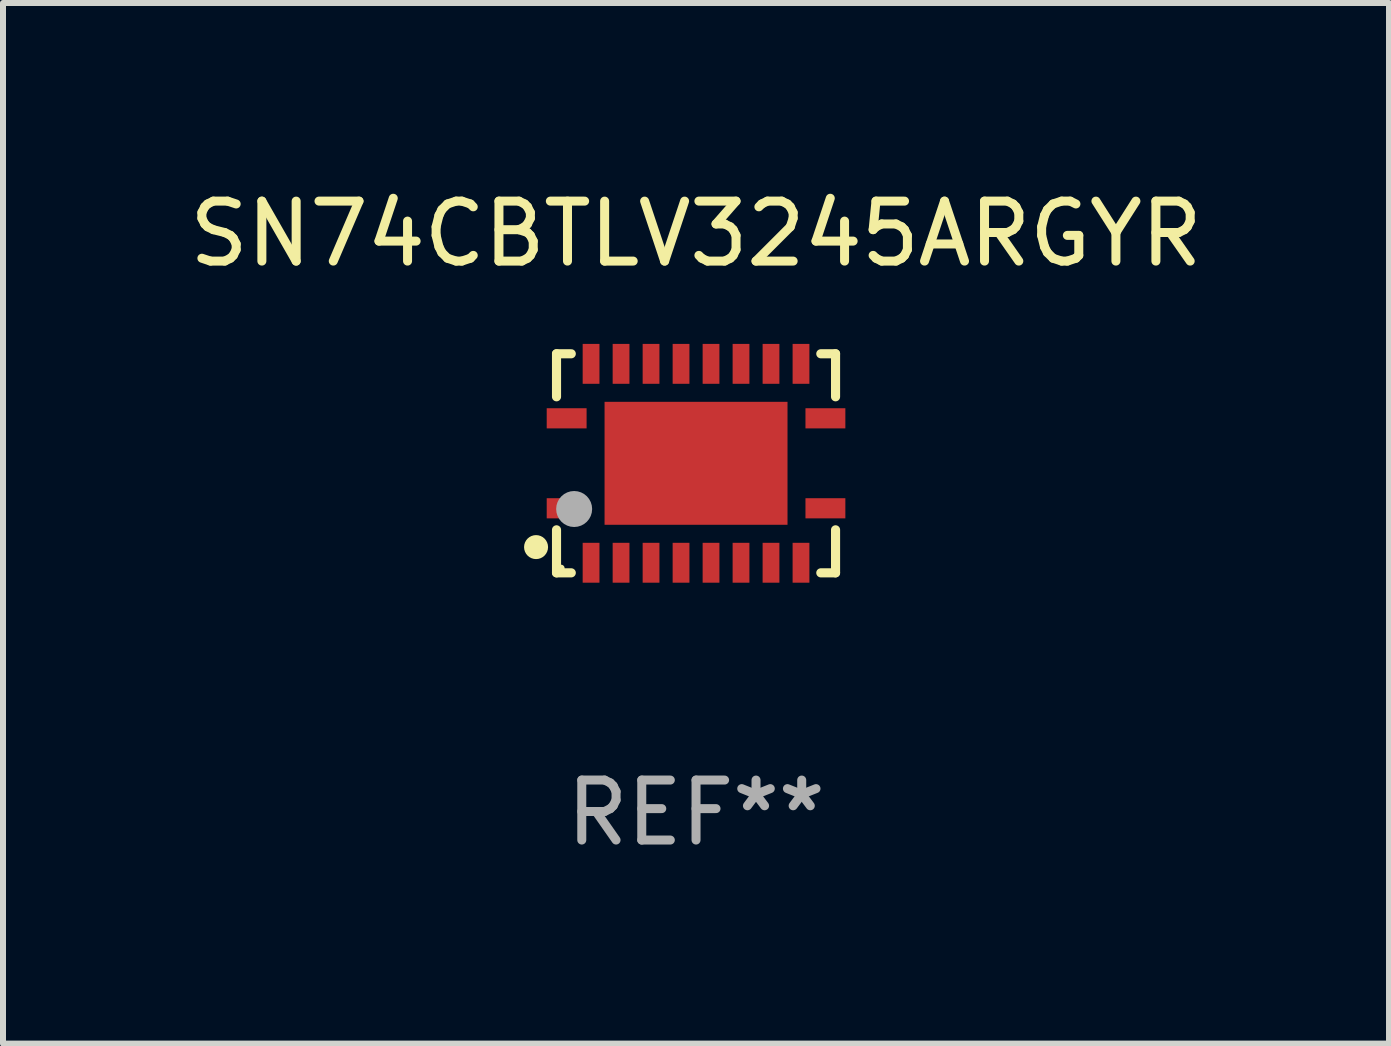
<source format=kicad_pcb>
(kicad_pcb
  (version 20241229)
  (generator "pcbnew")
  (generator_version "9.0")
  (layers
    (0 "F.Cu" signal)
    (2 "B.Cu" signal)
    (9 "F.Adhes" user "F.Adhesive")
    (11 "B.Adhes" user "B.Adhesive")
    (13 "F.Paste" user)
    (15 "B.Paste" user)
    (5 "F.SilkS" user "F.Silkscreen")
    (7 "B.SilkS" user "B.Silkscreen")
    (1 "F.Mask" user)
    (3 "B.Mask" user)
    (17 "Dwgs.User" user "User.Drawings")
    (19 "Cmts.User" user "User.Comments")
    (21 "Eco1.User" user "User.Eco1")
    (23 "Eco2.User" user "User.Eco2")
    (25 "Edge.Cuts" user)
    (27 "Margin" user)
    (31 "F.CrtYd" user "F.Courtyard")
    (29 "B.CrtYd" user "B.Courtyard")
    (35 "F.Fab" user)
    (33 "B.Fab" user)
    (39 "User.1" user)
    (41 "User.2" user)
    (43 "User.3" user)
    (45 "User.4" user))
  (footprint "SN74CBTLV3245ARGYR"
    (layer "F.Cu")
    (at 8.554 4.674)
    (property "Reference" "SN74CBTLV3245ARGYR" (at 0 -3.826 0) (layer "F.SilkS") (effects (font (size 1 1) (thickness 0.15))))
    (attr through_hole)
    (fp_line (start -2.326 -1.826) (end -2.08 -1.826) (stroke (width 0.152) (type solid)) (layer "F.SilkS"))
    (fp_line (start -2.326 -1.109) (end -2.326 -1.826) (stroke (width 0.152) (type solid)) (layer "F.SilkS"))
    (fp_line (start -2.326 1.109) (end -2.326 1.826) (stroke (width 0.152) (type solid)) (layer "F.SilkS"))
    (fp_line (start -2.326 1.826) (end -2.08 1.826) (stroke (width 0.152) (type solid)) (layer "F.SilkS"))
    (fp_line (start 2.326 -1.826) (end 2.08 -1.826) (stroke (width 0.152) (type solid)) (layer "F.SilkS"))
    (fp_line (start 2.326 -1.109) (end 2.326 -1.826) (stroke (width 0.152) (type solid)) (layer "F.SilkS"))
    (fp_line (start 2.326 1.109) (end 2.326 1.826) (stroke (width 0.152) (type solid)) (layer "F.SilkS"))
    (fp_line (start 2.326 1.826) (end 2.08 1.826) (stroke (width 0.152) (type solid)) (layer "F.SilkS"))
    (fp_circle (center -2.667 1.397) (end -2.567 1.397) (stroke (width 0.2) (type solid)) (fill no) (layer "F.SilkS"))
    (fp_circle (center -2.25 1.75) (end -2.22 1.75) (stroke (width 0.06) (type solid)) (fill no) (layer "F.SilkS"))
    (fp_circle (center -2.032 0.762) (end -1.882 0.762) (stroke (width 0.3) (type solid)) (fill no) (layer "F.Fab"))
    (fp_text user "REF**" (at 0 5.826 0) (layer "F.Fab") (effects (font (size 1 1) (thickness 0.15))))
    (pad "1" smd rect (at -2.157 0.75) (size 0.665 0.336) (layers "F.Cu" "F.Mask" "F.Paste"))
    (pad "2" smd rect (at -1.75 1.658) (size 0.28 0.665) (layers "F.Cu" "F.Mask" "F.Paste"))
    (pad "3" smd rect (at -1.25 1.658) (size 0.28 0.665) (layers "F.Cu" "F.Mask" "F.Paste"))
    (pad "4" smd rect (at -0.75 1.658) (size 0.28 0.665) (layers "F.Cu" "F.Mask" "F.Paste"))
    (pad "5" smd rect (at -0.25 1.658) (size 0.28 0.665) (layers "F.Cu" "F.Mask" "F.Paste"))
    (pad "6" smd rect (at 0.25 1.658) (size 0.28 0.665) (layers "F.Cu" "F.Mask" "F.Paste"))
    (pad "7" smd rect (at 0.75 1.658) (size 0.28 0.665) (layers "F.Cu" "F.Mask" "F.Paste"))
    (pad "8" smd rect (at 1.25 1.658) (size 0.28 0.665) (layers "F.Cu" "F.Mask" "F.Paste"))
    (pad "9" smd rect (at 1.75 1.658) (size 0.28 0.665) (layers "F.Cu" "F.Mask" "F.Paste"))
    (pad "10" smd rect (at 2.157 0.75) (size 0.665 0.336) (layers "F.Cu" "F.Mask" "F.Paste"))
    (pad "11" smd rect (at 2.157 -0.75) (size 0.665 0.336) (layers "F.Cu" "F.Mask" "F.Paste"))
    (pad "12" smd rect (at 1.75 -1.658) (size 0.28 0.665) (layers "F.Cu" "F.Mask" "F.Paste"))
    (pad "13" smd rect (at 1.25 -1.658) (size 0.28 0.665) (layers "F.Cu" "F.Mask" "F.Paste"))
    (pad "14" smd rect (at 0.75 -1.658) (size 0.28 0.665) (layers "F.Cu" "F.Mask" "F.Paste"))
    (pad "15" smd rect (at 0.25 -1.658) (size 0.28 0.665) (layers "F.Cu" "F.Mask" "F.Paste"))
    (pad "16" smd rect (at -0.25 -1.658) (size 0.28 0.665) (layers "F.Cu" "F.Mask" "F.Paste"))
    (pad "17" smd rect (at -0.75 -1.658) (size 0.28 0.665) (layers "F.Cu" "F.Mask" "F.Paste"))
    (pad "18" smd rect (at -1.25 -1.658) (size 0.28 0.665) (layers "F.Cu" "F.Mask" "F.Paste"))
    (pad "19" smd rect (at -1.75 -1.658) (size 0.28 0.665) (layers "F.Cu" "F.Mask" "F.Paste"))
    (pad "20" smd rect (at -2.157 -0.75) (size 0.665 0.336) (layers "F.Cu" "F.Mask" "F.Paste"))
    (pad "21" smd rect (at 0 0) (size 3.05 2.05) (layers "F.Cu" "F.Mask" "F.Paste")))
  (gr_rect
    (start -3 -3)
    (end 20.107 14.349)
    (stroke (width 0.1) (type default))
    (fill no)
    (layer "Edge.Cuts")))
</source>
